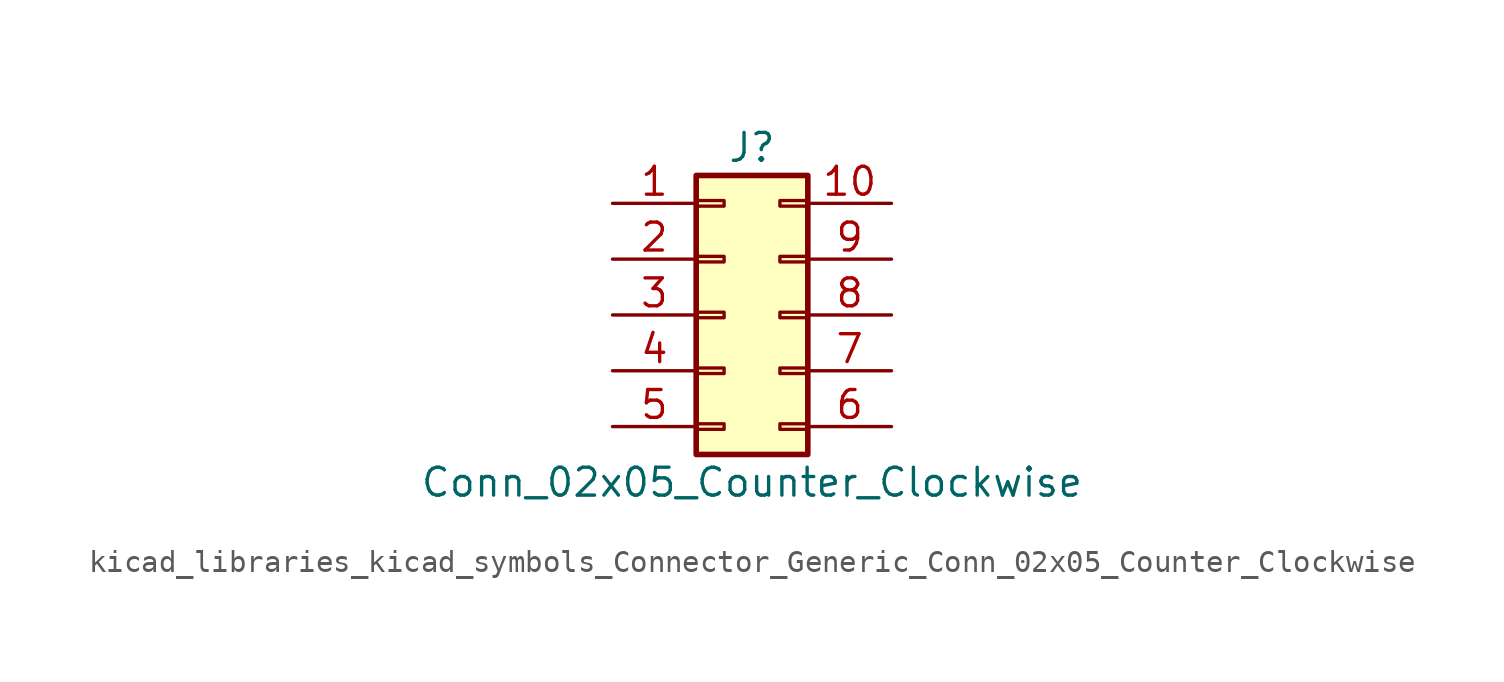
<source format=kicad_sym>
(kicad_symbol_lib
  (version 20220914)
  (generator kicad_symbol_editor)
  (symbol "kicad_libraries_kicad_symbols_Connector_Generic_Conn_02x05_Counter_Clockwise"
    (pin_names
      (offset 1.016) hide)
    (property "Reference" "J"
      (at 1.27 7.62 0)
      (effects (font (size 1.27 1.27))))
    (property "Value" "Conn_02x05_Counter_Clockwise"
      (at 1.27 -7.62 0)
      (effects (font (size 1.27 1.27))))
    (symbol "kicad_libraries_kicad_symbols_Connector_Generic_Conn_02x05_Counter_Clockwise_1_1"
      (rectangle (start -1.27 -4.953) (end 0 -5.207) (stroke (width 0.152) (type default)) (fill (type none)))
      (rectangle (start -1.27 -2.413) (end 0 -2.667) (stroke (width 0.152) (type default)) (fill (type none)))
      (rectangle (start -1.27 0.127) (end 0 -0.127) (stroke (width 0.152) (type default)) (fill (type none)))
      (rectangle (start -1.27 2.667) (end 0 2.413) (stroke (width 0.152) (type default)) (fill (type none)))
      (rectangle (start -1.27 5.207) (end 0 4.953) (stroke (width 0.152) (type default)) (fill (type none)))
      (rectangle (start -1.27 6.35) (end 3.81 -6.35) (stroke (width 0.254) (type default)) (fill (type background)))
      (rectangle (start 3.81 -4.953) (end 2.54 -5.207) (stroke (width 0.152) (type default)) (fill (type none)))
      (rectangle (start 3.81 -2.413) (end 2.54 -2.667) (stroke (width 0.152) (type default)) (fill (type none)))
      (rectangle (start 3.81 0.127) (end 2.54 -0.127) (stroke (width 0.152) (type default)) (fill (type none)))
      (rectangle (start 3.81 2.667) (end 2.54 2.413) (stroke (width 0.152) (type default)) (fill (type none)))
      (rectangle (start 3.81 5.207) (end 2.54 4.953) (stroke (width 0.152) (type default)) (fill (type none)))
      (pin passive line (at -5.08 5.08 0) (length 3.81) (name "Pin_1" (effects (font (size 1.27 1.27)))) (number "1" (effects (font (size 1.27 1.27)))))
      (pin passive line (at 7.62 5.08 180) (length 3.81) (name "Pin_10" (effects (font (size 1.27 1.27)))) (number "10" (effects (font (size 1.27 1.27)))))
      (pin passive line (at -5.08 2.54 0) (length 3.81) (name "Pin_2" (effects (font (size 1.27 1.27)))) (number "2" (effects (font (size 1.27 1.27)))))
      (pin passive line (at -5.08 0 0) (length 3.81) (name "Pin_3" (effects (font (size 1.27 1.27)))) (number "3" (effects (font (size 1.27 1.27)))))
      (pin passive line (at -5.08 -2.54 0) (length 3.81) (name "Pin_4" (effects (font (size 1.27 1.27)))) (number "4" (effects (font (size 1.27 1.27)))))
      (pin passive line (at -5.08 -5.08 0) (length 3.81) (name "Pin_5" (effects (font (size 1.27 1.27)))) (number "5" (effects (font (size 1.27 1.27)))))
      (pin passive line (at 7.62 -5.08 180) (length 3.81) (name "Pin_6" (effects (font (size 1.27 1.27)))) (number "6" (effects (font (size 1.27 1.27)))))
      (pin passive line (at 7.62 -2.54 180) (length 3.81) (name "Pin_7" (effects (font (size 1.27 1.27)))) (number "7" (effects (font (size 1.27 1.27)))))
      (pin passive line (at 7.62 0 180) (length 3.81) (name "Pin_8" (effects (font (size 1.27 1.27)))) (number "8" (effects (font (size 1.27 1.27)))))
      (pin passive line (at 7.62 2.54 180) (length 3.81) (name "Pin_9" (effects (font (size 1.27 1.27)))) (number "9" (effects (font (size 1.27 1.27))))))))
</source>
